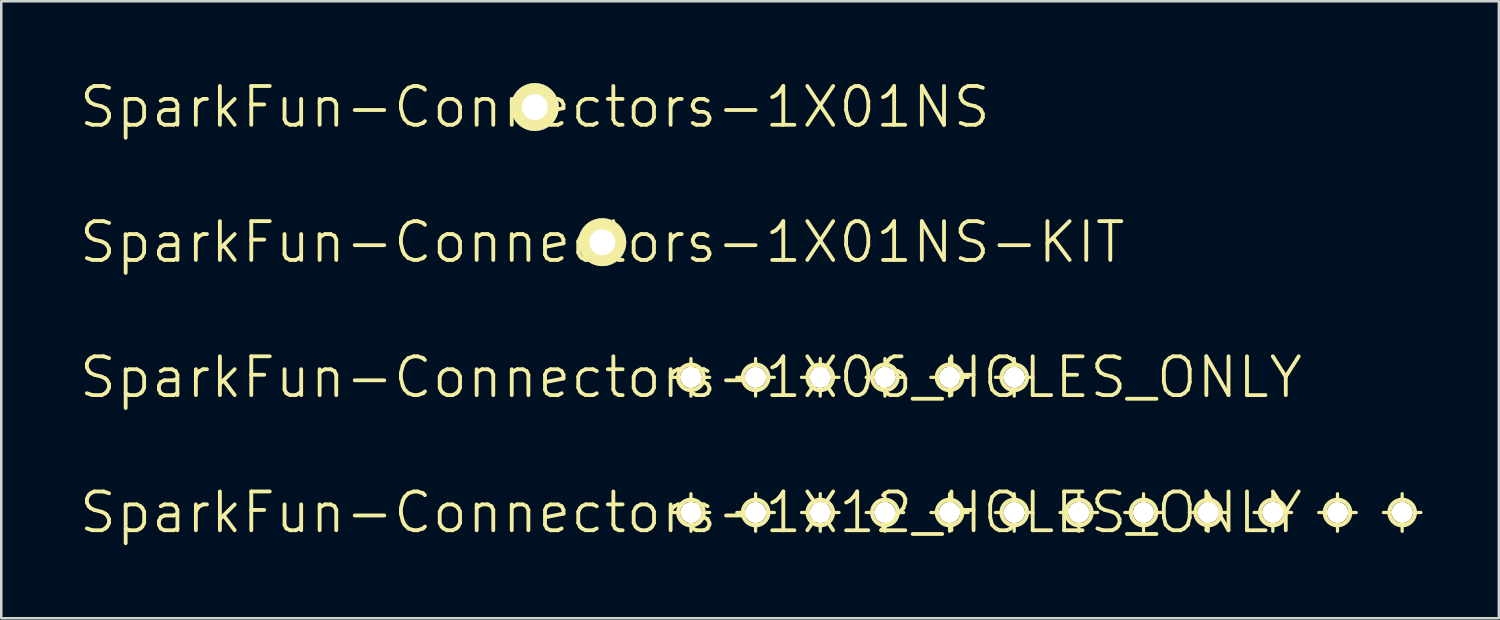
<source format=kicad_pcb>
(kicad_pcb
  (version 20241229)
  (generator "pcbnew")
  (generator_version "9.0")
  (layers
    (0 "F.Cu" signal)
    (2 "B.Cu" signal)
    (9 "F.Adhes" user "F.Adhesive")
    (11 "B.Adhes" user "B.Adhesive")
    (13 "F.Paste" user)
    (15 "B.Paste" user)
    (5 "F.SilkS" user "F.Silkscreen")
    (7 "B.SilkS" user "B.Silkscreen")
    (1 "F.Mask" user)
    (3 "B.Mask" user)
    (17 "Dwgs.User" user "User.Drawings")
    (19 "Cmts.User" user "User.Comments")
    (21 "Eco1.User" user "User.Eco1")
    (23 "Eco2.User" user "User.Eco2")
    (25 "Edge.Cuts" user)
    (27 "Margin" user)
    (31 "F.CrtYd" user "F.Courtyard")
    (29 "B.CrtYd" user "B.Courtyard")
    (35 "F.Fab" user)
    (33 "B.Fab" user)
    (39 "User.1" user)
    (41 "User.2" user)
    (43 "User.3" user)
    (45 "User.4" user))
  (footprint "SparkFun-Connectors-1X06_HOLES_ONLY"
    (layer "F.Cu")
    (at 24.094 11.774)
    (property "Reference" "SparkFun-Connectors-1X06_HOLES_ONLY" (at 0 0 0) (layer "F.SilkS") (effects (font (size 1.524 1.524) (thickness 0.15))))
    (attr exclude_from_pos_files exclude_from_bom)
    (fp_line (start -0.737 0) (end 0.737 0) (stroke (width 0.127) (type solid)) (layer "F.SilkS"))
    (fp_line (start 0 0.737) (end 0 -0.737) (stroke (width 0.127) (type solid)) (layer "F.SilkS"))
    (fp_line (start 1.801 0) (end 3.277 0) (stroke (width 0.127) (type solid)) (layer "F.SilkS"))
    (fp_line (start 2.54 0.737) (end 2.54 -0.737) (stroke (width 0.127) (type solid)) (layer "F.SilkS"))
    (fp_line (start 4.343 0) (end 5.817 0) (stroke (width 0.127) (type solid)) (layer "F.SilkS"))
    (fp_line (start 5.08 0.737) (end 5.08 -0.737) (stroke (width 0.127) (type solid)) (layer "F.SilkS"))
    (fp_line (start 6.883 0) (end 8.357 0) (stroke (width 0.127) (type solid)) (layer "F.SilkS"))
    (fp_line (start 7.62 0.737) (end 7.62 -0.737) (stroke (width 0.127) (type solid)) (layer "F.SilkS"))
    (fp_line (start 9.423 0) (end 10.897 0) (stroke (width 0.127) (type solid)) (layer "F.SilkS"))
    (fp_line (start 10.16 0.737) (end 10.16 -0.737) (stroke (width 0.127) (type solid)) (layer "F.SilkS"))
    (fp_line (start 11.963 0) (end 13.437 0) (stroke (width 0.127) (type solid)) (layer "F.SilkS"))
    (fp_line (start 12.7 0.737) (end 12.7 -0.737) (stroke (width 0.127) (type solid)) (layer "F.SilkS"))
    (fp_circle (center 0 0) (end -0.368 0.368) (stroke (width 0.127) (type solid)) (fill no) (layer "F.SilkS"))
    (fp_circle (center 0 0) (end -0.318 0.318) (stroke (width 0.064) (type solid)) (fill no) (layer "F.SilkS"))
    (fp_circle (center 2.54 0) (end 2.857 0.318) (stroke (width 0.064) (type solid)) (fill no) (layer "F.SilkS"))
    (fp_circle (center 2.54 0) (end 2.908 0.368) (stroke (width 0.127) (type solid)) (fill no) (layer "F.SilkS"))
    (fp_circle (center 5.08 0) (end 5.397 0.318) (stroke (width 0.064) (type solid)) (fill no) (layer "F.SilkS"))
    (fp_circle (center 5.08 0) (end 5.448 0.368) (stroke (width 0.127) (type solid)) (fill no) (layer "F.SilkS"))
    (fp_circle (center 7.62 0) (end 7.938 0.318) (stroke (width 0.064) (type solid)) (fill no) (layer "F.SilkS"))
    (fp_circle (center 7.62 0) (end 7.988 0.368) (stroke (width 0.127) (type solid)) (fill no) (layer "F.SilkS"))
    (fp_circle (center 10.16 0) (end 10.477 0.318) (stroke (width 0.064) (type solid)) (fill no) (layer "F.SilkS"))
    (fp_circle (center 10.16 0) (end 10.528 0.368) (stroke (width 0.127) (type solid)) (fill no) (layer "F.SilkS"))
    (fp_circle (center 12.7 0) (end 13.018 0.318) (stroke (width 0.064) (type solid)) (fill no) (layer "F.SilkS"))
    (fp_circle (center 12.7 0) (end 13.068 0.368) (stroke (width 0.127) (type solid)) (fill no) (layer "F.SilkS"))
    (pad "1" thru_hole circle (at 0 0) (size 0.813 0.813) (drill 0.889) (layers "*.Cu" "F.Mask" "F.SilkS" "F.Paste"))
    (pad "2" thru_hole circle (at 2.54 0) (size 0.813 0.813) (drill 0.889) (layers "*.Cu" "F.Mask" "F.SilkS" "F.Paste"))
    (pad "3" thru_hole circle (at 5.08 0) (size 0.813 0.813) (drill 0.889) (layers "*.Cu" "F.Mask" "F.SilkS" "F.Paste"))
    (pad "4" thru_hole circle (at 7.62 0) (size 0.813 0.813) (drill 0.889) (layers "*.Cu" "F.Mask" "F.SilkS" "F.Paste"))
    (pad "5" thru_hole circle (at 10.16 0) (size 0.813 0.813) (drill 0.889) (layers "*.Cu" "F.Mask" "F.SilkS" "F.Paste"))
    (pad "6" thru_hole circle (at 12.7 0) (size 0.813 0.813) (drill 0.889) (layers "*.Cu" "F.Mask" "F.SilkS" "F.Paste")))
  (footprint "SparkFun-Connectors-1X01NS-KIT"
    (layer "F.Cu")
    (at 20.61 6.464)
    (property "Reference" "SparkFun-Connectors-1X01NS-KIT" (at 0 0 0) (layer "F.SilkS") (effects (font (size 1.524 1.524) (thickness 0.15))))
    (attr exclude_from_pos_files exclude_from_bom)
    (fp_circle (center 0 0) (end -0.47 0.47) (stroke (width 0) (type solid)) (fill yes) (layer "F.SilkS"))
    (fp_circle (center 0 0) (end -0.254 0.254) (stroke (width 0) (type solid)) (fill yes) (layer "F.SilkS"))
    (pad "1" thru_hole circle (at 0 0) (size 1.88 1.88) (drill 1.016) (layers "*.Cu" "F.Mask" "F.SilkS" "F.Paste")))
  (footprint "SparkFun-Connectors-1X12_HOLES_ONLY"
    (layer "F.Cu")
    (at 24.094 17.084)
    (property "Reference" "SparkFun-Connectors-1X12_HOLES_ONLY" (at 0 0 0) (layer "F.SilkS") (effects (font (size 1.524 1.524) (thickness 0.15))))
    (attr exclude_from_pos_files exclude_from_bom)
    (fp_line (start -0.737 0) (end 0.737 0) (stroke (width 0.127) (type solid)) (layer "F.SilkS"))
    (fp_line (start 0 0.737) (end 0 -0.737) (stroke (width 0.127) (type solid)) (layer "F.SilkS"))
    (fp_line (start 1.801 0) (end 3.277 0) (stroke (width 0.127) (type solid)) (layer "F.SilkS"))
    (fp_line (start 2.54 0.737) (end 2.54 -0.737) (stroke (width 0.127) (type solid)) (layer "F.SilkS"))
    (fp_line (start 4.343 0) (end 5.817 0) (stroke (width 0.127) (type solid)) (layer "F.SilkS"))
    (fp_line (start 5.08 0.737) (end 5.08 -0.737) (stroke (width 0.127) (type solid)) (layer "F.SilkS"))
    (fp_line (start 6.883 0) (end 8.357 0) (stroke (width 0.127) (type solid)) (layer "F.SilkS"))
    (fp_line (start 7.62 0.737) (end 7.62 -0.737) (stroke (width 0.127) (type solid)) (layer "F.SilkS"))
    (fp_line (start 9.423 0) (end 10.897 0) (stroke (width 0.127) (type solid)) (layer "F.SilkS"))
    (fp_line (start 10.16 0.737) (end 10.16 -0.737) (stroke (width 0.127) (type solid)) (layer "F.SilkS"))
    (fp_line (start 11.963 0) (end 13.437 0) (stroke (width 0.127) (type solid)) (layer "F.SilkS"))
    (fp_line (start 12.7 0.737) (end 12.7 -0.737) (stroke (width 0.127) (type solid)) (layer "F.SilkS"))
    (fp_line (start 14.501 0) (end 15.977 0) (stroke (width 0.127) (type solid)) (layer "F.SilkS"))
    (fp_line (start 15.24 0.737) (end 15.24 -0.737) (stroke (width 0.127) (type solid)) (layer "F.SilkS"))
    (fp_line (start 17.043 0) (end 18.517 0) (stroke (width 0.127) (type solid)) (layer "F.SilkS"))
    (fp_line (start 17.78 0.737) (end 17.78 -0.737) (stroke (width 0.127) (type solid)) (layer "F.SilkS"))
    (fp_line (start 19.583 0) (end 21.057 0) (stroke (width 0.127) (type solid)) (layer "F.SilkS"))
    (fp_line (start 20.32 0.737) (end 20.32 -0.737) (stroke (width 0.127) (type solid)) (layer "F.SilkS"))
    (fp_line (start 22.123 0) (end 23.597 0) (stroke (width 0.127) (type solid)) (layer "F.SilkS"))
    (fp_line (start 22.86 0.737) (end 22.86 -0.737) (stroke (width 0.127) (type solid)) (layer "F.SilkS"))
    (fp_line (start 24.663 0) (end 26.137 0) (stroke (width 0.127) (type solid)) (layer "F.SilkS"))
    (fp_line (start 25.4 0.737) (end 25.4 -0.737) (stroke (width 0.127) (type solid)) (layer "F.SilkS"))
    (fp_line (start 27.203 0) (end 28.677 0) (stroke (width 0.127) (type solid)) (layer "F.SilkS"))
    (fp_line (start 27.94 0.737) (end 27.94 -0.737) (stroke (width 0.127) (type solid)) (layer "F.SilkS"))
    (fp_circle (center 0 0) (end -0.368 0.368) (stroke (width 0.127) (type solid)) (fill no) (layer "F.SilkS"))
    (fp_circle (center 0 0) (end -0.318 0.318) (stroke (width 0.064) (type solid)) (fill no) (layer "F.SilkS"))
    (fp_circle (center 2.54 0) (end 2.857 0.318) (stroke (width 0.064) (type solid)) (fill no) (layer "F.SilkS"))
    (fp_circle (center 2.54 0) (end 2.908 0.368) (stroke (width 0.127) (type solid)) (fill no) (layer "F.SilkS"))
    (fp_circle (center 5.08 0) (end 5.397 0.318) (stroke (width 0.064) (type solid)) (fill no) (layer "F.SilkS"))
    (fp_circle (center 5.08 0) (end 5.448 0.368) (stroke (width 0.127) (type solid)) (fill no) (layer "F.SilkS"))
    (fp_circle (center 7.62 0) (end 7.938 0.318) (stroke (width 0.064) (type solid)) (fill no) (layer "F.SilkS"))
    (fp_circle (center 7.62 0) (end 7.988 0.368) (stroke (width 0.127) (type solid)) (fill no) (layer "F.SilkS"))
    (fp_circle (center 10.16 0) (end 10.477 0.318) (stroke (width 0.064) (type solid)) (fill no) (layer "F.SilkS"))
    (fp_circle (center 10.16 0) (end 10.528 0.368) (stroke (width 0.127) (type solid)) (fill no) (layer "F.SilkS"))
    (fp_circle (center 12.7 0) (end 13.018 0.318) (stroke (width 0.064) (type solid)) (fill no) (layer "F.SilkS"))
    (fp_circle (center 12.7 0) (end 13.068 0.368) (stroke (width 0.127) (type solid)) (fill no) (layer "F.SilkS"))
    (fp_circle (center 15.24 0) (end 15.557 0.318) (stroke (width 0.064) (type solid)) (fill no) (layer "F.SilkS"))
    (fp_circle (center 15.24 0) (end 15.608 0.368) (stroke (width 0.127) (type solid)) (fill no) (layer "F.SilkS"))
    (fp_circle (center 17.78 0) (end 18.098 0.318) (stroke (width 0.064) (type solid)) (fill no) (layer "F.SilkS"))
    (fp_circle (center 17.78 0) (end 18.148 0.368) (stroke (width 0.127) (type solid)) (fill no) (layer "F.SilkS"))
    (fp_circle (center 20.32 0) (end 20.637 0.318) (stroke (width 0.064) (type solid)) (fill no) (layer "F.SilkS"))
    (fp_circle (center 20.32 0) (end 20.688 0.368) (stroke (width 0.127) (type solid)) (fill no) (layer "F.SilkS"))
    (fp_circle (center 22.86 0) (end 23.177 0.318) (stroke (width 0.064) (type solid)) (fill no) (layer "F.SilkS"))
    (fp_circle (center 22.86 0) (end 23.228 0.368) (stroke (width 0.127) (type solid)) (fill no) (layer "F.SilkS"))
    (fp_circle (center 25.4 0) (end 25.718 0.318) (stroke (width 0.064) (type solid)) (fill no) (layer "F.SilkS"))
    (fp_circle (center 25.4 0) (end 25.768 0.368) (stroke (width 0.127) (type solid)) (fill no) (layer "F.SilkS"))
    (fp_circle (center 27.94 0) (end 28.258 0.318) (stroke (width 0.064) (type solid)) (fill no) (layer "F.SilkS"))
    (fp_circle (center 27.94 0) (end 28.308 0.368) (stroke (width 0.127) (type solid)) (fill no) (layer "F.SilkS"))
    (pad "1" thru_hole circle (at 0 0) (size 0.813 0.813) (drill 0.889) (layers "*.Cu" "F.Mask" "F.SilkS" "F.Paste"))
    (pad "2" thru_hole circle (at 2.54 0) (size 0.813 0.813) (drill 0.889) (layers "*.Cu" "F.Mask" "F.SilkS" "F.Paste"))
    (pad "3" thru_hole circle (at 5.08 0) (size 0.813 0.813) (drill 0.889) (layers "*.Cu" "F.Mask" "F.SilkS" "F.Paste"))
    (pad "4" thru_hole circle (at 7.62 0) (size 0.813 0.813) (drill 0.889) (layers "*.Cu" "F.Mask" "F.SilkS" "F.Paste"))
    (pad "5" thru_hole circle (at 10.16 0) (size 0.813 0.813) (drill 0.889) (layers "*.Cu" "F.Mask" "F.SilkS" "F.Paste"))
    (pad "6" thru_hole circle (at 12.7 0) (size 0.813 0.813) (drill 0.889) (layers "*.Cu" "F.Mask" "F.SilkS" "F.Paste"))
    (pad "7" thru_hole circle (at 15.24 0) (size 0.813 0.813) (drill 0.889) (layers "*.Cu" "F.Mask" "F.SilkS" "F.Paste"))
    (pad "8" thru_hole circle (at 17.78 0) (size 0.813 0.813) (drill 0.889) (layers "*.Cu" "F.Mask" "F.SilkS" "F.Paste"))
    (pad "9" thru_hole circle (at 20.32 0) (size 0.813 0.813) (drill 0.889) (layers "*.Cu" "F.Mask" "F.SilkS" "F.Paste"))
    (pad "10" thru_hole circle (at 22.86 0) (size 0.813 0.813) (drill 0.889) (layers "*.Cu" "F.Mask" "F.SilkS" "F.Paste"))
    (pad "11" thru_hole circle (at 25.4 0) (size 0.813 0.813) (drill 0.889) (layers "*.Cu" "F.Mask" "F.SilkS" "F.Paste"))
    (pad "12" thru_hole circle (at 27.94 0) (size 0.813 0.813) (drill 0.889) (layers "*.Cu" "F.Mask" "F.SilkS" "F.Paste")))
  (footprint "SparkFun-Connectors-1X01NS"
    (layer "F.Cu")
    (at 17.961 1.155)
    (property "Reference" "SparkFun-Connectors-1X01NS" (at 0 0 0) (layer "F.SilkS") (effects (font (size 1.524 1.524) (thickness 0.15))))
    (attr exclude_from_pos_files exclude_from_bom)
    (pad "1" thru_hole circle (at 0 0) (size 1.88 1.88) (drill 1.016) (layers "*.Cu" "F.Mask" "F.SilkS" "F.Paste")))
  (gr_rect
    (start -3 -3)
    (end 55.834 21.238)
    (stroke (width 0.1) (type default))
    (fill no)
    (layer "Edge.Cuts")))
</source>
